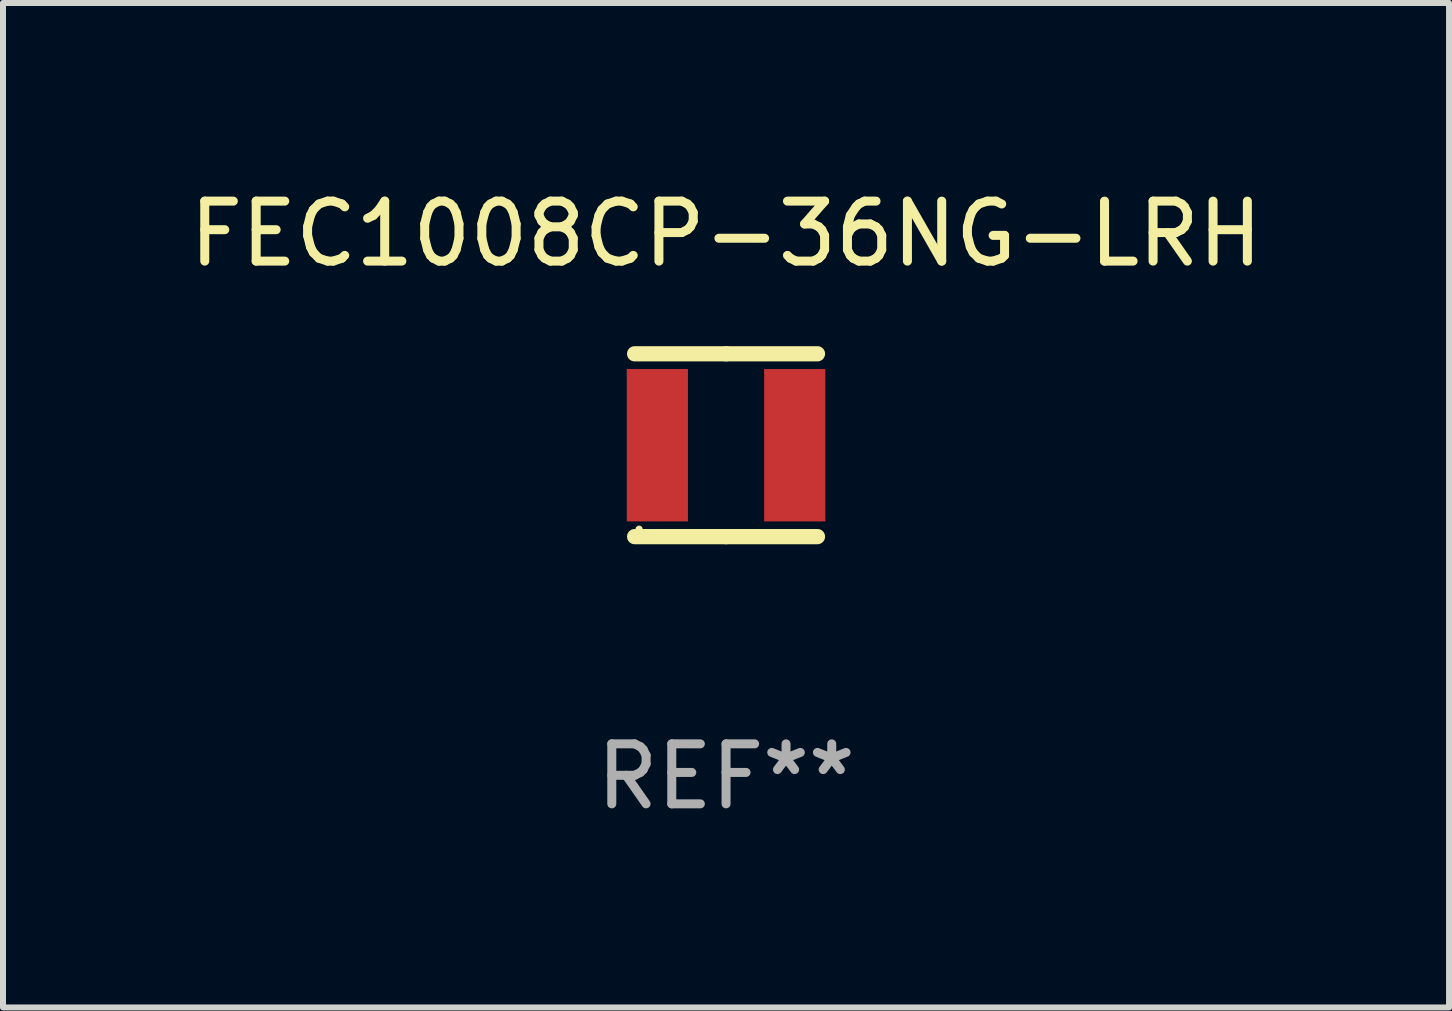
<source format=kicad_pcb>
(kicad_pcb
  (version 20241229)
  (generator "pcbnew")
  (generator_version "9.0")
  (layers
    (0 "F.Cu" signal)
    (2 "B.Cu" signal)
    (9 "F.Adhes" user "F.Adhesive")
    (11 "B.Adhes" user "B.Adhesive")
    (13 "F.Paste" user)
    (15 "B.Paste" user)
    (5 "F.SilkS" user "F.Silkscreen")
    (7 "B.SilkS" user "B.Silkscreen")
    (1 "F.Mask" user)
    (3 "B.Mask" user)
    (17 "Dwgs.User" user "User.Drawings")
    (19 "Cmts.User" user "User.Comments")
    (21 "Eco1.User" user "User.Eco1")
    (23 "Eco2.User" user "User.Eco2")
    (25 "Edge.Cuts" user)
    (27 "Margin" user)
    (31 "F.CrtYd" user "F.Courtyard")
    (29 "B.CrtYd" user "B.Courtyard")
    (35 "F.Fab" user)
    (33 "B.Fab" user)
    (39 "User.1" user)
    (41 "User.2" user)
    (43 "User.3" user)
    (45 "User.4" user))
  (footprint "FEC1008CP-36NG-LRH"
    (layer "F.Cu")
    (at 9.054 4.372)
    (property "Reference" "FEC1008CP-36NG-LRH" (at 0 -3.524 0) (layer "F.SilkS") (effects (font (size 1 1) (thickness 0.15))))
    (attr through_hole)
    (fp_line (start -1.524 -1.524) (end 0 -1.524) (stroke (width 0.254) (type solid)) (layer "F.SilkS"))
    (fp_line (start 0 -1.524) (end 1.524 -1.524) (stroke (width 0.254) (type solid)) (layer "F.SilkS"))
    (fp_line (start 0 1.524) (end -1.524 1.524) (stroke (width 0.254) (type solid)) (layer "F.SilkS"))
    (fp_line (start 1.524 1.524) (end 0 1.524) (stroke (width 0.254) (type solid)) (layer "F.SilkS"))
    (fp_circle (center -1.45 1.4) (end -1.42 1.4) (stroke (width 0.06) (type solid)) (fill no) (layer "F.SilkS"))
    (fp_text user "REF**" (at 0 5.524 0) (layer "F.Fab") (effects (font (size 1 1) (thickness 0.15))))
    (pad "1" smd rect (at -1.145 0) (size 1.02 2.54) (layers "F.Cu" "F.Mask" "F.Paste"))
    (pad "2" smd rect (at 1.145 0) (size 1.02 2.54) (layers "F.Cu" "F.Mask" "F.Paste")))
  (gr_rect
    (start -3 -3)
    (end 21.107 13.745)
    (stroke (width 0.1) (type default))
    (fill no)
    (layer "Edge.Cuts")))
</source>
